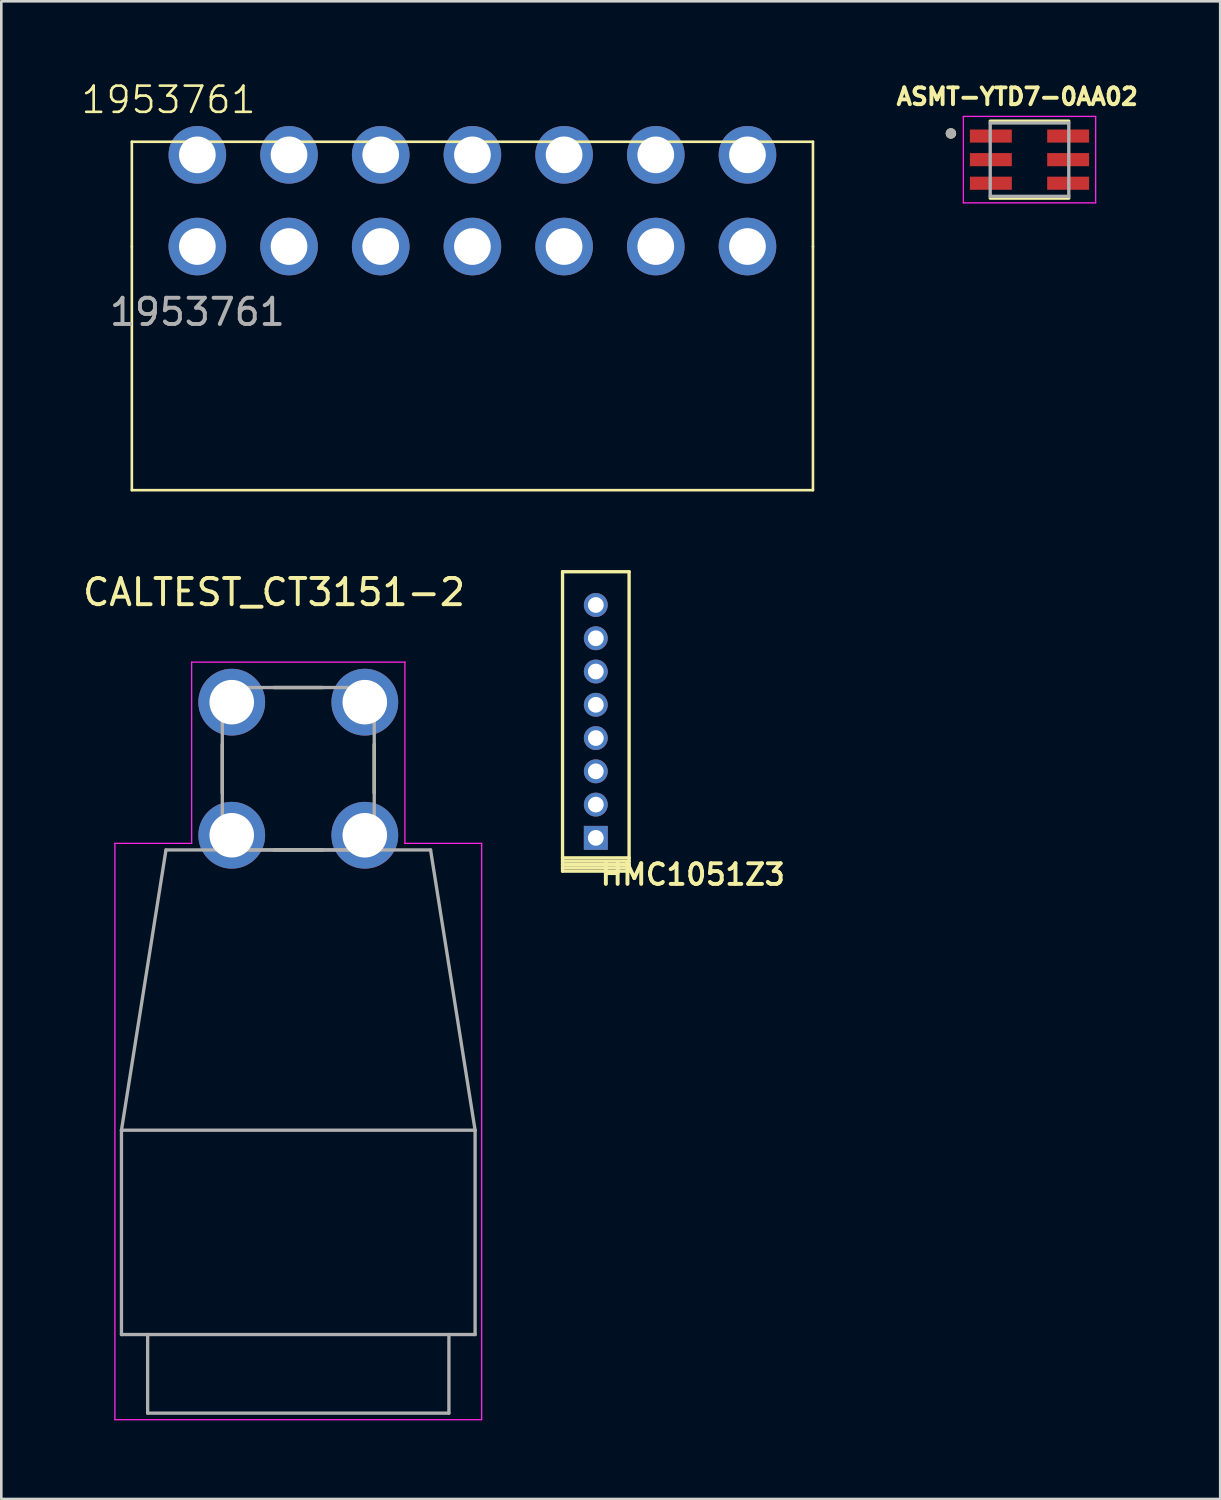
<source format=kicad_pcb>
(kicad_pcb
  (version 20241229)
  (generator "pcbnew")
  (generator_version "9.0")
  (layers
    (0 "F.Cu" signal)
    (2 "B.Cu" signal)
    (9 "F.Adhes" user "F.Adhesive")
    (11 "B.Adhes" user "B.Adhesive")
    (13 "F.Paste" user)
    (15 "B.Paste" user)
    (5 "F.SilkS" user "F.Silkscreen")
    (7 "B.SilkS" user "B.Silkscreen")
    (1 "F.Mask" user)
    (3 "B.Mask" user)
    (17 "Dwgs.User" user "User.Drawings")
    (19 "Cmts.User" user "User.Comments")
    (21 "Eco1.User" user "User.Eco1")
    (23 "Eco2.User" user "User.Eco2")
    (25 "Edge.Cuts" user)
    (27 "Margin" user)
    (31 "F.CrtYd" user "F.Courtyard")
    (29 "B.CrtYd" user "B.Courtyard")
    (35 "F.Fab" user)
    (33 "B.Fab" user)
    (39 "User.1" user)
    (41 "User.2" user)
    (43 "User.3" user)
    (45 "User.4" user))
  (footprint "CALTEST_CT3151-2"
    (layer "F.Cu")
    (at 8.336 26.294)
    (property "Reference" "CALTEST_CT3151-2" (at -0.925 -6.735 0) (layer "F.SilkS") (effects (font (size 1 1) (thickness 0.15))))
    (attr through_hole)
    (fp_line (start -2.9 -0.93) (end -2.9 0.93) (stroke (width 0.127) (type solid)) (layer "F.SilkS"))
    (fp_line (start -0.93 -3.1) (end 0.93 -3.1) (stroke (width 0.127) (type solid)) (layer "F.SilkS"))
    (fp_line (start -0.93 3.1) (end 0.93 3.1) (stroke (width 0.127) (type solid)) (layer "F.SilkS"))
    (fp_line (start 2.9 -0.93) (end 2.9 0.93) (stroke (width 0.127) (type solid)) (layer "F.SilkS"))
    (fp_line (start -7 2.85) (end -4.07 2.85) (stroke (width 0.05) (type solid)) (layer "F.CrtYd"))
    (fp_line (start -7 24.85) (end -7 2.85) (stroke (width 0.05) (type solid)) (layer "F.CrtYd"))
    (fp_line (start -4.07 -4.07) (end 4.07 -4.07) (stroke (width 0.05) (type solid)) (layer "F.CrtYd"))
    (fp_line (start -4.07 2.85) (end -4.07 -4.07) (stroke (width 0.05) (type solid)) (layer "F.CrtYd"))
    (fp_line (start 4.07 -4.07) (end 4.07 2.85) (stroke (width 0.05) (type solid)) (layer "F.CrtYd"))
    (fp_line (start 4.07 2.85) (end 7 2.85) (stroke (width 0.05) (type solid)) (layer "F.CrtYd"))
    (fp_line (start 7 2.85) (end 7 24.85) (stroke (width 0.05) (type solid)) (layer "F.CrtYd"))
    (fp_line (start 7 24.85) (end -7 24.85) (stroke (width 0.05) (type solid)) (layer "F.CrtYd"))
    (fp_line (start -6.75 13.8) (end -6.75 21.6) (stroke (width 0.127) (type solid)) (layer "F.Fab"))
    (fp_line (start -6.75 13.8) (end 6.75 13.8) (stroke (width 0.127) (type solid)) (layer "F.Fab"))
    (fp_line (start -6.75 21.6) (end -5.75 21.6) (stroke (width 0.127) (type solid)) (layer "F.Fab"))
    (fp_line (start -5.75 21.6) (end -5.75 24.6) (stroke (width 0.127) (type solid)) (layer "F.Fab"))
    (fp_line (start -5.75 21.6) (end 5.75 21.6) (stroke (width 0.127) (type solid)) (layer "F.Fab"))
    (fp_line (start -5.75 24.6) (end 5.75 24.6) (stroke (width 0.127) (type solid)) (layer "F.Fab"))
    (fp_line (start -5.05 3.1) (end -6.75 13.8) (stroke (width 0.127) (type solid)) (layer "F.Fab"))
    (fp_line (start -5.05 3.1) (end 5.05 3.1) (stroke (width 0.127) (type solid)) (layer "F.Fab"))
    (fp_line (start -2.9 -3.1) (end 2.9 -3.1) (stroke (width 0.127) (type solid)) (layer "F.Fab"))
    (fp_line (start -2.9 3.1) (end -2.9 -3.1) (stroke (width 0.127) (type solid)) (layer "F.Fab"))
    (fp_line (start 2.9 -3.1) (end 2.9 3.1) (stroke (width 0.127) (type solid)) (layer "F.Fab"))
    (fp_line (start 2.9 3.1) (end -2.9 3.1) (stroke (width 0.127) (type solid)) (layer "F.Fab"))
    (fp_line (start 5.05 3.1) (end 6.75 13.8) (stroke (width 0.127) (type solid)) (layer "F.Fab"))
    (fp_line (start 5.75 21.6) (end 6.75 21.6) (stroke (width 0.127) (type solid)) (layer "F.Fab"))
    (fp_line (start 5.75 24.6) (end 5.75 21.6) (stroke (width 0.127) (type solid)) (layer "F.Fab"))
    (fp_line (start 6.75 21.6) (end 6.75 13.8) (stroke (width 0.127) (type solid)) (layer "F.Fab"))
    (pad "1" thru_hole circle (at -2.54 -2.54) (size 2.55 2.55) (drill 1.7) (layers "*.Cu" "*.Mask"))
    (pad "2" thru_hole circle (at 2.54 -2.54) (size 2.55 2.55) (drill 1.7) (layers "*.Cu" "*.Mask"))
    (pad "3" thru_hole circle (at -2.54 2.54) (size 2.55 2.55) (drill 1.7) (layers "*.Cu" "*.Mask"))
    (pad "4" thru_hole circle (at 2.54 2.54) (size 2.55 2.55) (drill 1.7) (layers "*.Cu" "*.Mask")))
  (footprint "HMC1051Z3"
    (layer "F.Cu")
    (at 19.694 28.934)
    (property "Reference" "HMC1051Z3" (at 3.7 1.4 0) (layer "F.SilkS") (effects (font (size 0.787 0.787) (thickness 0.15))))
    (attr through_hole)
    (fp_line (start -1.27 -10.16) (end -1.27 0.762) (stroke (width 0.127) (type solid)) (layer "F.SilkS"))
    (fp_line (start -1.27 0.762) (end -1.27 0.889) (stroke (width 0.127) (type solid)) (layer "F.SilkS"))
    (fp_line (start -1.27 0.889) (end 1.27 0.889) (stroke (width 0.127) (type solid)) (layer "F.SilkS"))
    (fp_line (start -1.27 1.016) (end -1.27 0.889) (stroke (width 0.127) (type solid)) (layer "F.SilkS"))
    (fp_line (start -1.27 1.016) (end -1.27 1.143) (stroke (width 0.127) (type solid)) (layer "F.SilkS"))
    (fp_line (start -1.27 1.143) (end -1.27 1.27) (stroke (width 0.127) (type solid)) (layer "F.SilkS"))
    (fp_line (start -1.27 1.143) (end 1.27 1.143) (stroke (width 0.127) (type solid)) (layer "F.SilkS"))
    (fp_line (start -1.27 1.27) (end 1.27 1.27) (stroke (width 0.127) (type solid)) (layer "F.SilkS"))
    (fp_line (start 1.27 -10.16) (end -1.27 -10.16) (stroke (width 0.127) (type solid)) (layer "F.SilkS"))
    (fp_line (start 1.27 0.762) (end -1.27 0.762) (stroke (width 0.127) (type solid)) (layer "F.SilkS"))
    (fp_line (start 1.27 0.762) (end 1.27 -10.16) (stroke (width 0.127) (type solid)) (layer "F.SilkS"))
    (fp_line (start 1.27 0.889) (end 1.27 0.762) (stroke (width 0.127) (type solid)) (layer "F.SilkS"))
    (fp_line (start 1.27 1.016) (end -1.27 1.016) (stroke (width 0.127) (type solid)) (layer "F.SilkS"))
    (fp_line (start 1.27 1.016) (end 1.27 0.889) (stroke (width 0.127) (type solid)) (layer "F.SilkS"))
    (fp_line (start 1.27 1.143) (end 1.27 1.016) (stroke (width 0.127) (type solid)) (layer "F.SilkS"))
    (fp_line (start 1.27 1.27) (end 1.27 1.143) (stroke (width 0.127) (type solid)) (layer "F.SilkS"))
    (pad "1" thru_hole rect (at 0 0) (size 0.914 0.914) (drill 0.6) (layers "*.Cu" "*.Mask"))
    (pad "2" thru_hole circle (at 0 -1.27) (size 0.914 0.914) (drill 0.6) (layers "*.Cu" "*.Mask"))
    (pad "3" thru_hole circle (at 0 -2.54) (size 0.914 0.914) (drill 0.6) (layers "*.Cu" "*.Mask"))
    (pad "4" thru_hole circle (at 0 -3.81) (size 0.914 0.914) (drill 0.6) (layers "*.Cu" "*.Mask"))
    (pad "5" thru_hole circle (at 0 -5.08) (size 0.914 0.914) (drill 0.6) (layers "*.Cu" "*.Mask"))
    (pad "6" thru_hole circle (at 0 -6.35) (size 0.914 0.914) (drill 0.6) (layers "*.Cu" "*.Mask"))
    (pad "7" thru_hole circle (at 0 -7.62) (size 0.914 0.914) (drill 0.6) (layers "*.Cu" "*.Mask"))
    (pad "8" thru_hole circle (at 0 -8.89) (size 0.914 0.914) (drill 0.6) (layers "*.Cu" "*.Mask")))
  (footprint "1953761"
    (layer "F.Cu")
    (at 4.483 6.361)
    (property "Reference" "1953761" (at -1.1 -5.6 0) (unlocked yes) (layer "F.SilkS") (effects (font (size 1 1) (thickness 0.1))))
    (attr through_hole)
    (fp_line (start -2.5 -4) (end 23.5 -4) (stroke (width 0.1) (type default)) (layer "F.SilkS"))
    (fp_line (start -2.5 0) (end -2.5 -4) (stroke (width 0.1) (type default)) (layer "F.SilkS"))
    (fp_line (start -2.5 0) (end -2.5 9.3) (stroke (width 0.1) (type default)) (layer "F.SilkS"))
    (fp_line (start 23.5 -4) (end 23.5 0) (stroke (width 0.1) (type default)) (layer "F.SilkS"))
    (fp_line (start 23.5 0) (end 23.5 9.3) (stroke (width 0.1) (type default)) (layer "F.SilkS"))
    (fp_line (start 23.5 9.3) (end -2.5 9.3) (stroke (width 0.1) (type default)) (layer "F.SilkS"))
    (fp_text user "${REFERENCE}" (at 0 2.5 0) (unlocked yes) (layer "F.Fab") (effects (font (size 1 1) (thickness 0.15))))
    (pad "1" thru_hole circle (at 0 0) (size 2.2 2.2) (drill 1.4) (layers "*.Cu" "*.Mask"))
    (pad "2" thru_hole circle (at 3.5 0) (size 2.2 2.2) (drill 1.4) (layers "*.Cu" "*.Mask"))
    (pad "3" thru_hole circle (at 7 0) (size 2.2 2.2) (drill 1.4) (layers "*.Cu" "*.Mask"))
    (pad "4" thru_hole circle (at 10.5 0) (size 2.2 2.2) (drill 1.4) (layers "*.Cu" "*.Mask"))
    (pad "5" thru_hole circle (at 14 0) (size 2.2 2.2) (drill 1.4) (layers "*.Cu" "*.Mask"))
    (pad "6" thru_hole circle (at 17.5 0) (size 2.2 2.2) (drill 1.4) (layers "*.Cu" "*.Mask"))
    (pad "7" thru_hole circle (at 21 0) (size 2.2 2.2) (drill 1.4) (layers "*.Cu" "*.Mask"))
    (pad "8" thru_hole circle (at 0 -3.5) (size 2.2 2.2) (drill 1.4) (layers "*.Cu" "*.Mask"))
    (pad "9" thru_hole circle (at 3.5 -3.5) (size 2.2 2.2) (drill 1.4) (layers "*.Cu" "*.Mask"))
    (pad "10" thru_hole circle (at 7 -3.5) (size 2.2 2.2) (drill 1.4) (layers "*.Cu" "*.Mask"))
    (pad "11" thru_hole circle (at 10.5 -3.5) (size 2.2 2.2) (drill 1.4) (layers "*.Cu" "*.Mask"))
    (pad "12" thru_hole circle (at 14 -3.5) (size 2.2 2.2) (drill 1.4) (layers "*.Cu" "*.Mask"))
    (pad "13" thru_hole circle (at 17.5 -3.5) (size 2.2 2.2) (drill 1.4) (layers "*.Cu" "*.Mask"))
    (pad "14" thru_hole circle (at 21 -3.5) (size 2.2 2.2) (drill 1.4) (layers "*.Cu" "*.Mask")))
  (footprint "ASMT-YTD7-0AA02"
    (layer "F.Cu")
    (at 36.249 3.044)
    (property "Reference" "ASMT-YTD7-0AA02" (at -0.468 -2.406 0) (layer "F.SilkS") (effects (font (size 0.64 0.64) (thickness 0.15))))
    (attr through_hole)
    (fp_line (start -1.5 1.47) (end 1.5 1.47) (stroke (width 0.127) (type solid)) (layer "F.SilkS"))
    (fp_line (start 1.5 -1.47) (end -1.5 -1.47) (stroke (width 0.127) (type solid)) (layer "F.SilkS"))
    (fp_circle (center -3 -1) (end -2.9 -1) (stroke (width 0.2) (type solid)) (fill no) (layer "F.SilkS"))
    (fp_line (start -2.525 -1.65) (end 2.525 -1.65) (stroke (width 0.05) (type solid)) (layer "F.CrtYd"))
    (fp_line (start -2.525 1.65) (end -2.525 -1.65) (stroke (width 0.05) (type solid)) (layer "F.CrtYd"))
    (fp_line (start 2.525 -1.65) (end 2.525 1.65) (stroke (width 0.05) (type solid)) (layer "F.CrtYd"))
    (fp_line (start 2.525 1.65) (end -2.525 1.65) (stroke (width 0.05) (type solid)) (layer "F.CrtYd"))
    (fp_line (start -1.5 -1.4) (end -1.5 1.4) (stroke (width 0.127) (type solid)) (layer "F.Fab"))
    (fp_line (start -1.5 1.4) (end 1.5 1.4) (stroke (width 0.127) (type solid)) (layer "F.Fab"))
    (fp_line (start 1.5 -1.4) (end -1.5 -1.4) (stroke (width 0.127) (type solid)) (layer "F.Fab"))
    (fp_line (start 1.5 1.4) (end 1.5 -1.4) (stroke (width 0.127) (type solid)) (layer "F.Fab"))
    (fp_circle (center -3 -1) (end -2.9 -1) (stroke (width 0.2) (type solid)) (fill no) (layer "F.Fab"))
    (pad "1" smd rect (at -1.475 -0.9 90) (size 0.5 1.6) (layers "F.Cu" "F.Mask" "F.Paste"))
    (pad "2" smd rect (at -1.475 0 90) (size 0.5 1.6) (layers "F.Cu" "F.Mask" "F.Paste"))
    (pad "3" smd rect (at -1.475 0.9 90) (size 0.5 1.6) (layers "F.Cu" "F.Mask" "F.Paste"))
    (pad "4" smd rect (at 1.475 0.9 90) (size 0.5 1.6) (layers "F.Cu" "F.Mask" "F.Paste"))
    (pad "5" smd rect (at 1.475 0 90) (size 0.5 1.6) (layers "F.Cu" "F.Mask" "F.Paste"))
    (pad "6" smd rect (at 1.475 -0.9 90) (size 0.5 1.6) (layers "F.Cu" "F.Mask" "F.Paste")))
  (gr_rect
    (start -3 -3)
    (end 43.529 54.169)
    (stroke (width 0.1) (type default))
    (fill no)
    (layer "Edge.Cuts")))
</source>
